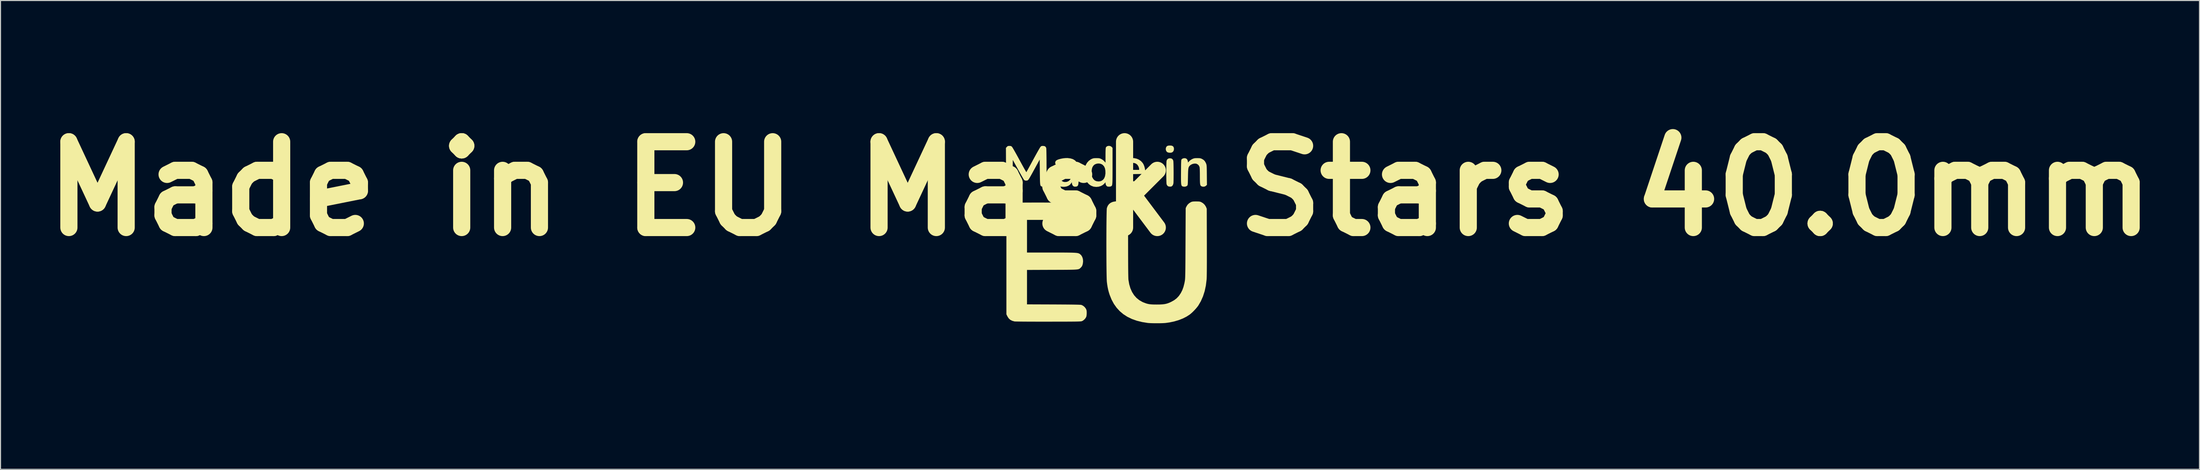
<source format=kicad_pcb>
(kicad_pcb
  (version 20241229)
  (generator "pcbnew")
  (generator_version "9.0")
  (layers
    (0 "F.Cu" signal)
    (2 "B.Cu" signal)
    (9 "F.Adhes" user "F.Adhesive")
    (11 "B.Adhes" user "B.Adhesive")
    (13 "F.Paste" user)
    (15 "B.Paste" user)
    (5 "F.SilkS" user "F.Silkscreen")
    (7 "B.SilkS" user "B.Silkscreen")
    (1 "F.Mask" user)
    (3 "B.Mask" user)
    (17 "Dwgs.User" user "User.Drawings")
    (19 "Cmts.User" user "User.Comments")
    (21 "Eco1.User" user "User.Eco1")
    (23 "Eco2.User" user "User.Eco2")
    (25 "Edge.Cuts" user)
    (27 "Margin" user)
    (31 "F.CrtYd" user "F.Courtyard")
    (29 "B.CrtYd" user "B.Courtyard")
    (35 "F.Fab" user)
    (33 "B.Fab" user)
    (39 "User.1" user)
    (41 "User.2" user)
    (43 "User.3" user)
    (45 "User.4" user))
  (footprint "Made in EU Mask Stars 40.0mm"
    (layer "F.Cu")
    (at 104.177 19.871)
    (property "Reference" "Made in EU Mask Stars 40.0mm" (at 0 -4.5 180) (layer "F.SilkS") (effects (font (size 8.376 8.376) (thickness 1.672))))
    (attr board_only exclude_from_pos_files exclude_from_bom)
    (fp_poly (pts (xy 14.702 -11.377) (xy 14.703 -11.373) (xy 14.716 -11.335) (xy 14.744 -11.248) (xy 14.787 -11.116) (xy 14.841 -10.948) (xy 14.906 -10.748) (xy 14.978 -10.525) (xy 15.055 -10.284) (xy 15.064 -10.256) (xy 15.41 -9.185) (xy 16.594 -9.17) (xy 17.777 -9.155) (xy 16.823 -8.471) (xy 16.613 -8.321) (xy 16.419 -8.181) (xy 16.247 -8.055) (xy 16.1 -7.948) (xy 15.986 -7.863) (xy 15.908 -7.804) (xy 15.871 -7.774) (xy 15.869 -7.772) (xy 15.878 -7.741) (xy 15.904 -7.659) (xy 15.944 -7.534) (xy 15.996 -7.37) (xy 16.058 -7.175) (xy 16.13 -6.955) (xy 16.207 -6.715) (xy 16.222 -6.669) (xy 16.3 -6.427) (xy 16.372 -6.203) (xy 16.435 -6.003) (xy 16.489 -5.835) (xy 16.529 -5.703) (xy 16.556 -5.614) (xy 16.566 -5.574) (xy 16.566 -5.572) (xy 16.541 -5.587) (xy 16.474 -5.634) (xy 16.368 -5.708) (xy 16.231 -5.806) (xy 16.066 -5.924) (xy 15.879 -6.059) (xy 15.675 -6.208) (xy 15.623 -6.246) (xy 14.688 -6.928) (xy 13.797 -6.276) (xy 13.551 -6.096) (xy 13.348 -5.948) (xy 13.186 -5.83) (xy 13.059 -5.738) (xy 12.963 -5.671) (xy 12.894 -5.625) (xy 12.849 -5.597) (xy 12.822 -5.585) (xy 12.81 -5.585) (xy 12.808 -5.596) (xy 12.813 -5.614) (xy 12.814 -5.617) (xy 12.91 -5.909) (xy 13.004 -6.198) (xy 13.095 -6.48) (xy 13.181 -6.749) (xy 13.259 -6.999) (xy 13.329 -7.226) (xy 13.389 -7.422) (xy 13.436 -7.583) (xy 13.47 -7.703) (xy 13.488 -7.777) (xy 13.49 -7.799) (xy 13.462 -7.82) (xy 13.39 -7.871) (xy 13.28 -7.949) (xy 13.139 -8.051) (xy 12.971 -8.171) (xy 12.781 -8.307) (xy 12.575 -8.455) (xy 12.533 -8.485) (xy 11.6 -9.155) (xy 12.78 -9.163) (xy 13.96 -9.17) (xy 14.217 -9.967) (xy 14.321 -10.292) (xy 14.41 -10.565) (xy 14.483 -10.79) (xy 14.542 -10.971) (xy 14.589 -11.112) (xy 14.626 -11.219) (xy 14.653 -11.295) (xy 14.673 -11.344) (xy 14.687 -11.371) (xy 14.696 -11.381)) (stroke (width 0) (type solid)) (fill yes) (layer "F.Mask"))
    (fp_poly (pts (xy 0.038 14.091) (xy 0.066 14.179) (xy 0.108 14.31) (xy 0.162 14.479) (xy 0.226 14.678) (xy 0.298 14.902) (xy 0.375 15.144) (xy 0.388 15.184) (xy 0.735 16.27) (xy 1.907 16.285) (xy 3.078 16.3) (xy 2.201 16.929) (xy 1.997 17.076) (xy 1.806 17.214) (xy 1.634 17.338) (xy 1.487 17.445) (xy 1.371 17.529) (xy 1.292 17.587) (xy 1.257 17.614) (xy 1.189 17.67) (xy 1.534 18.742) (xy 1.612 18.984) (xy 1.684 19.209) (xy 1.749 19.411) (xy 1.804 19.583) (xy 1.848 19.718) (xy 1.878 19.81) (xy 1.892 19.853) (xy 1.892 19.855) (xy 1.893 19.88) (xy 1.869 19.867) (xy 1.827 19.836) (xy 1.746 19.776) (xy 1.631 19.692) (xy 1.49 19.589) (xy 1.328 19.472) (xy 1.153 19.344) (xy 0.971 19.212) (xy 0.788 19.079) (xy 0.612 18.951) (xy 0.448 18.832) (xy 0.303 18.727) (xy 0.183 18.641) (xy 0.096 18.578) (xy 0.048 18.544) (xy 0.04 18.539) (xy 0.011 18.552) (xy -0.059 18.596) (xy -0.165 18.667) (xy -0.301 18.759) (xy -0.46 18.869) (xy -0.636 18.991) (xy -0.822 19.123) (xy -1.013 19.259) (xy -1.203 19.395) (xy -1.384 19.526) (xy -1.551 19.648) (xy -1.697 19.757) (xy -1.817 19.848) (xy -1.844 19.869) (xy -1.875 19.887) (xy -1.871 19.859) (xy -1.871 19.858) (xy -1.858 19.819) (xy -1.829 19.731) (xy -1.787 19.602) (xy -1.735 19.441) (xy -1.675 19.255) (xy -1.61 19.052) (xy -1.541 18.84) (xy -1.473 18.627) (xy -1.407 18.421) (xy -1.346 18.23) (xy -1.292 18.062) (xy -1.248 17.925) (xy -1.217 17.827) (xy -1.203 17.783) (xy -1.165 17.658) (xy -2.12 16.971) (xy -3.074 16.285) (xy -1.896 16.285) (xy -0.718 16.285) (xy -0.505 15.623) (xy -0.433 15.397) (xy -0.355 15.155) (xy -0.278 14.915) (xy -0.208 14.694) (xy -0.148 14.509) (xy -0.141 14.486) (xy -0.09 14.333) (xy -0.045 14.205) (xy -0.008 14.111) (xy 0.017 14.06) (xy 0.026 14.054)) (stroke (width 0) (type solid)) (fill yes) (layer "F.Mask"))
    (fp_poly (pts (xy -8.219 -16.851) (xy -8.147 -16.625) (xy -8.072 -16.395) (xy -8.001 -16.174) (xy -7.937 -15.976) (xy -7.883 -15.812) (xy -7.856 -15.727) (xy -7.736 -15.363) (xy -6.555 -15.355) (xy -5.374 -15.348) (xy -6.222 -14.739) (xy -6.425 -14.593) (xy -6.617 -14.455) (xy -6.792 -14.33) (xy -6.942 -14.221) (xy -7.061 -14.134) (xy -7.144 -14.073) (xy -7.179 -14.047) (xy -7.287 -13.964) (xy -6.935 -12.871) (xy -6.857 -12.627) (xy -6.785 -12.403) (xy -6.722 -12.202) (xy -6.669 -12.033) (xy -6.629 -11.9) (xy -6.603 -11.81) (xy -6.592 -11.769) (xy -6.592 -11.767) (xy -6.618 -11.782) (xy -6.686 -11.828) (xy -6.791 -11.902) (xy -6.929 -12) (xy -7.093 -12.118) (xy -7.278 -12.252) (xy -7.48 -12.399) (xy -7.504 -12.416) (xy -7.708 -12.566) (xy -7.899 -12.704) (xy -8.069 -12.827) (xy -8.214 -12.931) (xy -8.328 -13.012) (xy -8.406 -13.066) (xy -8.442 -13.089) (xy -8.443 -13.09) (xy -8.474 -13.076) (xy -8.548 -13.031) (xy -8.659 -12.957) (xy -8.802 -12.86) (xy -8.971 -12.742) (xy -9.16 -12.607) (xy -9.364 -12.459) (xy -9.402 -12.432) (xy -9.607 -12.282) (xy -9.798 -12.144) (xy -9.968 -12.021) (xy -10.112 -11.918) (xy -10.225 -11.837) (xy -10.301 -11.784) (xy -10.336 -11.761) (xy -10.338 -11.76) (xy -10.332 -11.787) (xy -10.31 -11.865) (xy -10.273 -11.987) (xy -10.223 -12.148) (xy -10.163 -12.341) (xy -10.093 -12.56) (xy -10.017 -12.799) (xy -9.999 -12.854) (xy -9.921 -13.097) (xy -9.848 -13.323) (xy -9.784 -13.524) (xy -9.73 -13.694) (xy -9.687 -13.828) (xy -9.659 -13.919) (xy -9.647 -13.961) (xy -9.646 -13.963) (xy -9.67 -13.983) (xy -9.736 -14.034) (xy -9.841 -14.112) (xy -9.979 -14.213) (xy -10.144 -14.333) (xy -10.333 -14.469) (xy -10.538 -14.617) (xy -10.601 -14.663) (xy -11.557 -15.348) (xy -10.371 -15.356) (xy -9.185 -15.364) (xy -8.904 -16.249) (xy -8.83 -16.481) (xy -8.758 -16.706) (xy -8.691 -16.915) (xy -8.632 -17.099) (xy -8.584 -17.247) (xy -8.55 -17.351) (xy -8.543 -17.372) (xy -8.464 -17.61)) (stroke (width 0) (type solid)) (fill yes) (layer "F.Mask"))
    (fp_poly (pts (xy -8.446 11.836) (xy -8.417 11.909) (xy -8.375 12.028) (xy -8.321 12.186) (xy -8.257 12.376) (xy -8.185 12.594) (xy -8.107 12.833) (xy -8.084 12.907) (xy -7.728 14.022) (xy -6.548 14.03) (xy -5.369 14.038) (xy -6.316 14.718) (xy -6.525 14.869) (xy -6.719 15.009) (xy -6.89 15.135) (xy -7.036 15.242) (xy -7.15 15.328) (xy -7.227 15.388) (xy -7.263 15.417) (xy -7.264 15.42) (xy -7.256 15.452) (xy -7.23 15.534) (xy -7.191 15.661) (xy -7.139 15.825) (xy -7.077 16.02) (xy -7.007 16.241) (xy -6.931 16.48) (xy -6.921 16.509) (xy -6.844 16.749) (xy -6.774 16.972) (xy -6.712 17.171) (xy -6.66 17.339) (xy -6.621 17.471) (xy -6.595 17.559) (xy -6.586 17.597) (xy -6.586 17.598) (xy -6.612 17.591) (xy -6.675 17.554) (xy -6.765 17.494) (xy -6.848 17.434) (xy -6.941 17.365) (xy -7.073 17.269) (xy -7.234 17.151) (xy -7.414 17.019) (xy -7.604 16.879) (xy -7.775 16.754) (xy -8.449 16.261) (xy -9.264 16.856) (xy -9.463 17.002) (xy -9.653 17.14) (xy -9.826 17.266) (xy -9.975 17.375) (xy -10.095 17.461) (xy -10.177 17.521) (xy -10.208 17.542) (xy -10.282 17.593) (xy -10.318 17.611) (xy -10.326 17.599) (xy -10.316 17.562) (xy -10.302 17.518) (xy -10.273 17.424) (xy -10.229 17.287) (xy -10.174 17.115) (xy -10.109 16.913) (xy -10.038 16.689) (xy -9.968 16.471) (xy -9.893 16.235) (xy -9.825 16.016) (xy -9.765 15.821) (xy -9.717 15.657) (xy -9.681 15.53) (xy -9.659 15.447) (xy -9.655 15.414) (xy -9.681 15.389) (xy -9.751 15.333) (xy -9.858 15.251) (xy -9.998 15.146) (xy -10.166 15.023) (xy -10.355 14.885) (xy -10.56 14.737) (xy -10.6 14.707) (xy -11.532 14.038) (xy -10.352 14.03) (xy -9.172 14.022) (xy -9.115 13.836) (xy -9.056 13.648) (xy -8.99 13.44) (xy -8.92 13.218) (xy -8.847 12.991) (xy -8.774 12.764) (xy -8.704 12.546) (xy -8.638 12.343) (xy -8.579 12.163) (xy -8.529 12.013) (xy -8.491 11.9) (xy -8.467 11.831) (xy -8.459 11.813)) (stroke (width 0) (type solid)) (fill yes) (layer "F.Mask"))
    (fp_poly (pts (xy 8.486 11.816) (xy 8.497 11.846) (xy 8.516 11.898) (xy 8.543 11.977) (xy 8.579 12.087) (xy 8.627 12.232) (xy 8.686 12.416) (xy 8.76 12.644) (xy 8.848 12.919) (xy 8.953 13.245) (xy 8.975 13.315) (xy 9.202 14.022) (xy 10.38 14.03) (xy 11.557 14.038) (xy 10.626 14.707) (xy 10.419 14.857) (xy 10.226 14.996) (xy 10.053 15.12) (xy 9.907 15.225) (xy 9.791 15.308) (xy 9.712 15.365) (xy 9.675 15.391) (xy 9.673 15.393) (xy 9.677 15.424) (xy 9.697 15.505) (xy 9.732 15.63) (xy 9.781 15.793) (xy 9.84 15.989) (xy 9.91 16.209) (xy 9.986 16.45) (xy 10.005 16.507) (xy 10.083 16.751) (xy 10.155 16.976) (xy 10.219 17.177) (xy 10.272 17.347) (xy 10.313 17.481) (xy 10.34 17.572) (xy 10.351 17.613) (xy 10.351 17.615) (xy 10.326 17.6) (xy 10.258 17.554) (xy 10.152 17.479) (xy 10.014 17.381) (xy 9.849 17.262) (xy 9.663 17.127) (xy 9.459 16.979) (xy 9.408 16.943) (xy 8.475 16.261) (xy 8.324 16.373) (xy 8.125 16.519) (xy 7.918 16.671) (xy 7.708 16.824) (xy 7.5 16.975) (xy 7.301 17.12) (xy 7.116 17.254) (xy 6.951 17.373) (xy 6.81 17.474) (xy 6.7 17.552) (xy 6.626 17.604) (xy 6.594 17.625) (xy 6.593 17.625) (xy 6.587 17.607) (xy 6.589 17.603) (xy 6.601 17.571) (xy 6.628 17.49) (xy 6.668 17.368) (xy 6.719 17.212) (xy 6.778 17.03) (xy 6.843 16.828) (xy 6.912 16.616) (xy 6.982 16.4) (xy 7.05 16.187) (xy 7.114 15.986) (xy 7.173 15.804) (xy 7.222 15.648) (xy 7.26 15.527) (xy 7.285 15.446) (xy 7.294 15.415) (xy 7.294 15.415) (xy 7.271 15.396) (xy 7.204 15.346) (xy 7.1 15.268) (xy 6.962 15.168) (xy 6.797 15.047) (xy 6.609 14.911) (xy 6.404 14.763) (xy 6.344 14.721) (xy 5.394 14.038) (xy 6.574 14.023) (xy 7.754 14.008) (xy 8.11 12.899) (xy 8.189 12.655) (xy 8.262 12.43) (xy 8.328 12.231) (xy 8.385 12.063) (xy 8.43 11.932) (xy 8.461 11.844) (xy 8.478 11.805) (xy 8.479 11.804)) (stroke (width 0) (type solid)) (fill yes) (layer "F.Mask"))
    (fp_poly (pts (xy 0.031 -19.837) (xy 0.058 -19.753) (xy 0.099 -19.625) (xy 0.152 -19.459) (xy 0.215 -19.261) (xy 0.286 -19.039) (xy 0.363 -18.797) (xy 0.381 -18.742) (xy 0.733 -17.64) (xy 1.907 -17.625) (xy 3.081 -17.61) (xy 2.136 -16.931) (xy 1.928 -16.781) (xy 1.735 -16.642) (xy 1.563 -16.517) (xy 1.418 -16.411) (xy 1.305 -16.327) (xy 1.228 -16.269) (xy 1.192 -16.241) (xy 1.191 -16.239) (xy 1.2 -16.209) (xy 1.224 -16.131) (xy 1.262 -16.011) (xy 1.311 -15.856) (xy 1.369 -15.675) (xy 1.433 -15.476) (xy 1.501 -15.264) (xy 1.57 -15.049) (xy 1.638 -14.837) (xy 1.703 -14.636) (xy 1.762 -14.453) (xy 1.812 -14.297) (xy 1.852 -14.174) (xy 1.876 -14.104) (xy 1.885 -14.078) (xy 1.892 -14.058) (xy 1.893 -14.045) (xy 1.883 -14.043) (xy 1.858 -14.055) (xy 1.813 -14.083) (xy 1.744 -14.13) (xy 1.647 -14.2) (xy 1.517 -14.294) (xy 1.35 -14.416) (xy 1.141 -14.568) (xy 1.012 -14.662) (xy 0.814 -14.807) (xy 0.628 -14.943) (xy 0.46 -15.065) (xy 0.316 -15.17) (xy 0.203 -15.252) (xy 0.127 -15.306) (xy 0.1 -15.326) (xy 0.007 -15.391) (xy -0.793 -14.808) (xy -0.992 -14.663) (xy -1.182 -14.524) (xy -1.355 -14.397) (xy -1.506 -14.287) (xy -1.627 -14.199) (xy -1.71 -14.139) (xy -1.738 -14.118) (xy -1.817 -14.062) (xy -1.858 -14.038) (xy -1.87 -14.045) (xy -1.861 -14.081) (xy -1.86 -14.084) (xy -1.847 -14.127) (xy -1.818 -14.218) (xy -1.776 -14.349) (xy -1.723 -14.513) (xy -1.663 -14.701) (xy -1.597 -14.907) (xy -1.528 -15.121) (xy -1.459 -15.337) (xy -1.392 -15.545) (xy -1.33 -15.739) (xy -1.275 -15.91) (xy -1.23 -16.05) (xy -1.197 -16.152) (xy -1.179 -16.208) (xy -1.177 -16.215) (xy -1.198 -16.239) (xy -1.262 -16.294) (xy -1.365 -16.375) (xy -1.501 -16.479) (xy -1.664 -16.602) (xy -1.851 -16.74) (xy -2.056 -16.889) (xy -2.112 -16.929) (xy -3.059 -17.61) (xy -1.888 -17.618) (xy -0.718 -17.626) (xy -0.505 -18.288) (xy -0.433 -18.514) (xy -0.355 -18.756) (xy -0.278 -18.996) (xy -0.207 -19.217) (xy -0.148 -19.401) (xy -0.141 -19.424) (xy -0.09 -19.579) (xy -0.046 -19.709) (xy -0.011 -19.806) (xy 0.012 -19.862) (xy 0.02 -19.871)) (stroke (width 0) (type solid)) (fill yes) (layer "F.Mask"))
    (fp_poly (pts (xy 14.696 5.605) (xy 14.723 5.681) (xy 14.765 5.801) (xy 14.818 5.96) (xy 14.882 6.151) (xy 14.953 6.37) (xy 15.031 6.609) (xy 15.053 6.677) (xy 15.409 7.785) (xy 16.597 7.8) (xy 17.785 7.815) (xy 16.852 8.485) (xy 16.644 8.635) (xy 16.45 8.774) (xy 16.277 8.898) (xy 16.129 9.004) (xy 16.012 9.088) (xy 15.931 9.145) (xy 15.893 9.172) (xy 15.89 9.174) (xy 15.892 9.206) (xy 15.912 9.29) (xy 15.948 9.42) (xy 15.998 9.592) (xy 16.061 9.801) (xy 16.137 10.043) (xy 16.22 10.304) (xy 16.299 10.549) (xy 16.372 10.776) (xy 16.436 10.978) (xy 16.491 11.149) (xy 16.533 11.283) (xy 16.561 11.375) (xy 16.573 11.418) (xy 16.574 11.42) (xy 16.549 11.404) (xy 16.482 11.357) (xy 16.377 11.281) (xy 16.24 11.182) (xy 16.076 11.063) (xy 15.889 10.927) (xy 15.686 10.778) (xy 15.633 10.74) (xy 15.395 10.566) (xy 15.201 10.424) (xy 15.045 10.312) (xy 14.922 10.226) (xy 14.829 10.164) (xy 14.76 10.122) (xy 14.711 10.097) (xy 14.676 10.086) (xy 14.652 10.086) (xy 14.636 10.093) (xy 14.598 10.119) (xy 14.518 10.177) (xy 14.402 10.26) (xy 14.255 10.367) (xy 14.083 10.491) (xy 13.893 10.63) (xy 13.701 10.77) (xy 13.501 10.916) (xy 13.317 11.049) (xy 13.153 11.167) (xy 13.016 11.264) (xy 12.911 11.337) (xy 12.842 11.383) (xy 12.817 11.398) (xy 12.823 11.368) (xy 12.846 11.288) (xy 12.884 11.163) (xy 12.934 11.001) (xy 12.995 10.807) (xy 13.065 10.587) (xy 13.143 10.348) (xy 13.158 10.3) (xy 13.236 10.058) (xy 13.308 9.833) (xy 13.371 9.633) (xy 13.423 9.463) (xy 13.464 9.33) (xy 13.49 9.239) (xy 13.499 9.198) (xy 13.499 9.196) (xy 13.472 9.173) (xy 13.406 9.122) (xy 13.309 9.05) (xy 13.19 8.964) (xy 13.138 8.926) (xy 13.008 8.833) (xy 12.843 8.714) (xy 12.655 8.578) (xy 12.457 8.436) (xy 12.262 8.295) (xy 12.192 8.244) (xy 11.596 7.815) (xy 12.783 7.8) (xy 13.97 7.785) (xy 14.321 6.689) (xy 14.399 6.446) (xy 14.472 6.22) (xy 14.537 6.019) (xy 14.593 5.848) (xy 14.637 5.715) (xy 14.668 5.624) (xy 14.683 5.583) (xy 14.684 5.581)) (stroke (width 0) (type solid)) (fill yes) (layer "F.Mask"))
    (fp_poly (pts (xy -14.652 5.597) (xy -14.639 5.635) (xy -14.611 5.723) (xy -14.568 5.854) (xy -14.513 6.023) (xy -14.449 6.222) (xy -14.377 6.445) (xy -14.3 6.686) (xy -14.291 6.714) (xy -13.946 7.785) (xy -12.757 7.8) (xy -11.568 7.815) (xy -12.52 8.498) (xy -12.73 8.648) (xy -12.924 8.787) (xy -13.097 8.911) (xy -13.245 9.017) (xy -13.361 9.1) (xy -13.441 9.157) (xy -13.479 9.185) (xy -13.481 9.186) (xy -13.474 9.215) (xy -13.451 9.295) (xy -13.413 9.418) (xy -13.363 9.58) (xy -13.301 9.775) (xy -13.231 9.995) (xy -13.154 10.236) (xy -13.132 10.304) (xy -13.054 10.549) (xy -12.981 10.775) (xy -12.917 10.977) (xy -12.863 11.148) (xy -12.821 11.283) (xy -12.793 11.374) (xy -12.781 11.417) (xy -12.781 11.419) (xy -12.805 11.403) (xy -12.872 11.356) (xy -12.977 11.281) (xy -13.114 11.181) (xy -13.277 11.062) (xy -13.463 10.927) (xy -13.664 10.779) (xy -13.695 10.756) (xy -13.9 10.605) (xy -14.091 10.466) (xy -14.262 10.341) (xy -14.408 10.236) (xy -14.523 10.153) (xy -14.601 10.098) (xy -14.638 10.073) (xy -14.64 10.073) (xy -14.671 10.086) (xy -14.745 10.132) (xy -14.856 10.205) (xy -14.998 10.303) (xy -15.167 10.421) (xy -15.357 10.557) (xy -15.562 10.705) (xy -15.615 10.743) (xy -15.822 10.895) (xy -16.013 11.034) (xy -16.183 11.157) (xy -16.327 11.261) (xy -16.44 11.342) (xy -16.517 11.396) (xy -16.552 11.42) (xy -16.553 11.421) (xy -16.544 11.391) (xy -16.519 11.311) (xy -16.48 11.187) (xy -16.428 11.025) (xy -16.365 10.83) (xy -16.294 10.61) (xy -16.217 10.37) (xy -16.199 10.313) (xy -16.12 10.069) (xy -16.049 9.843) (xy -15.986 9.64) (xy -15.933 9.468) (xy -15.893 9.333) (xy -15.867 9.24) (xy -15.857 9.196) (xy -15.857 9.194) (xy -15.884 9.172) (xy -15.953 9.12) (xy -16.06 9.041) (xy -16.2 8.938) (xy -16.367 8.817) (xy -16.556 8.68) (xy -16.762 8.532) (xy -16.815 8.494) (xy -17.759 7.815) (xy -16.57 7.8) (xy -15.38 7.785) (xy -15.147 7.056) (xy -15.075 6.831) (xy -15.002 6.6) (xy -14.93 6.377) (xy -14.866 6.175) (xy -14.813 6.009) (xy -14.791 5.94) (xy -14.746 5.803) (xy -14.706 5.694) (xy -14.674 5.622) (xy -14.655 5.595)) (stroke (width 0) (type solid)) (fill yes) (layer "F.Mask"))
    (fp_poly (pts (xy 8.524 -17.527) (xy 8.553 -17.44) (xy 8.596 -17.308) (xy 8.65 -17.14) (xy 8.714 -16.941) (xy 8.786 -16.718) (xy 8.864 -16.477) (xy 8.873 -16.449) (xy 9.217 -15.377) (xy 10.404 -15.362) (xy 11.591 -15.348) (xy 10.641 -14.665) (xy 10.432 -14.515) (xy 10.238 -14.376) (xy 10.065 -14.252) (xy 9.918 -14.146) (xy 9.802 -14.063) (xy 9.722 -14.006) (xy 9.685 -13.979) (xy 9.682 -13.977) (xy 9.689 -13.948) (xy 9.713 -13.869) (xy 9.751 -13.746) (xy 9.801 -13.584) (xy 9.863 -13.39) (xy 9.933 -13.17) (xy 10.01 -12.93) (xy 10.028 -12.873) (xy 10.107 -12.629) (xy 10.178 -12.404) (xy 10.242 -12.203) (xy 10.295 -12.033) (xy 10.336 -11.899) (xy 10.363 -11.808) (xy 10.374 -11.766) (xy 10.374 -11.764) (xy 10.348 -11.779) (xy 10.281 -11.825) (xy 10.175 -11.899) (xy 10.038 -11.997) (xy 9.874 -12.115) (xy 9.688 -12.25) (xy 9.486 -12.397) (xy 9.455 -12.419) (xy 9.25 -12.569) (xy 9.058 -12.707) (xy 8.886 -12.829) (xy 8.739 -12.932) (xy 8.622 -13.011) (xy 8.542 -13.063) (xy 8.503 -13.085) (xy 8.502 -13.085) (xy 8.468 -13.068) (xy 8.393 -13.019) (xy 8.28 -12.943) (xy 8.137 -12.843) (xy 7.967 -12.723) (xy 7.778 -12.588) (xy 7.574 -12.44) (xy 7.55 -12.422) (xy 7.346 -12.274) (xy 7.157 -12.137) (xy 6.989 -12.015) (xy 6.846 -11.913) (xy 6.735 -11.834) (xy 6.661 -11.781) (xy 6.628 -11.76) (xy 6.628 -11.76) (xy 6.625 -11.784) (xy 6.64 -11.842) (xy 6.68 -11.965) (xy 6.732 -12.122) (xy 6.791 -12.306) (xy 6.856 -12.508) (xy 6.924 -12.722) (xy 6.994 -12.941) (xy 7.063 -13.157) (xy 7.127 -13.362) (xy 7.186 -13.55) (xy 7.237 -13.712) (xy 7.277 -13.842) (xy 7.305 -13.932) (xy 7.317 -13.975) (xy 7.317 -13.977) (xy 7.292 -13.995) (xy 7.224 -14.044) (xy 7.118 -14.121) (xy 6.979 -14.22) (xy 6.813 -14.34) (xy 6.624 -14.476) (xy 6.419 -14.623) (xy 6.36 -14.665) (xy 5.412 -15.348) (xy 6.597 -15.362) (xy 7.782 -15.377) (xy 7.992 -16.032) (xy 8.064 -16.256) (xy 8.14 -16.495) (xy 8.216 -16.732) (xy 8.285 -16.948) (xy 8.343 -17.128) (xy 8.349 -17.148) (xy 8.399 -17.299) (xy 8.443 -17.423) (xy 8.479 -17.514) (xy 8.504 -17.561) (xy 8.512 -17.565)) (stroke (width 0) (type solid)) (fill yes) (layer "F.Mask"))
    (fp_poly (pts (xy -14.647 -11.333) (xy -14.619 -11.252) (xy -14.577 -11.127) (xy -14.523 -10.963) (xy -14.46 -10.768) (xy -14.388 -10.547) (xy -14.311 -10.307) (xy -14.293 -10.252) (xy -13.942 -9.155) (xy -12.763 -9.14) (xy -11.584 -9.125) (xy -12.536 -8.442) (xy -12.778 -8.267) (xy -12.977 -8.123) (xy -13.135 -8.007) (xy -13.256 -7.915) (xy -13.346 -7.844) (xy -13.408 -7.791) (xy -13.447 -7.751) (xy -13.465 -7.723) (xy -13.469 -7.702) (xy -13.468 -7.698) (xy -13.453 -7.651) (xy -13.424 -7.557) (xy -13.381 -7.424) (xy -13.328 -7.259) (xy -13.267 -7.07) (xy -13.202 -6.864) (xy -13.133 -6.651) (xy -13.064 -6.437) (xy -12.998 -6.23) (xy -12.936 -6.039) (xy -12.882 -5.87) (xy -12.838 -5.732) (xy -12.806 -5.632) (xy -12.788 -5.579) (xy -12.786 -5.573) (xy -12.79 -5.549) (xy -12.81 -5.556) (xy -12.839 -5.577) (xy -12.91 -5.628) (xy -13.016 -5.704) (xy -13.151 -5.801) (xy -13.307 -5.914) (xy -13.479 -6.039) (xy -13.66 -6.17) (xy -13.843 -6.302) (xy -14.021 -6.432) (xy -14.189 -6.554) (xy -14.339 -6.664) (xy -14.466 -6.756) (xy -14.562 -6.826) (xy -14.621 -6.87) (xy -14.633 -6.879) (xy -14.663 -6.867) (xy -14.736 -6.823) (xy -14.847 -6.751) (xy -14.992 -6.652) (xy -15.164 -6.532) (xy -15.36 -6.393) (xy -15.574 -6.238) (xy -15.599 -6.22) (xy -15.806 -6.069) (xy -15.998 -5.93) (xy -16.17 -5.806) (xy -16.315 -5.701) (xy -16.43 -5.619) (xy -16.508 -5.563) (xy -16.545 -5.539) (xy -16.547 -5.538) (xy -16.549 -5.56) (xy -16.542 -5.583) (xy -16.529 -5.621) (xy -16.5 -5.709) (xy -16.458 -5.841) (xy -16.403 -6.009) (xy -16.339 -6.207) (xy -16.268 -6.428) (xy -16.192 -6.662) (xy -16.116 -6.9) (xy -16.045 -7.119) (xy -15.982 -7.315) (xy -15.929 -7.48) (xy -15.887 -7.608) (xy -15.86 -7.692) (xy -15.849 -7.726) (xy -15.87 -7.75) (xy -15.934 -7.804) (xy -16.037 -7.884) (xy -16.173 -7.988) (xy -16.337 -8.11) (xy -16.524 -8.248) (xy -16.729 -8.397) (xy -16.791 -8.441) (xy -17.744 -9.125) (xy -16.565 -9.14) (xy -15.386 -9.155) (xy -15.242 -9.601) (xy -15.189 -9.769) (xy -15.122 -9.977) (xy -15.048 -10.207) (xy -14.972 -10.445) (xy -14.899 -10.672) (xy -14.886 -10.713) (xy -14.825 -10.9) (xy -14.77 -11.065) (xy -14.723 -11.201) (xy -14.687 -11.3) (xy -14.665 -11.355) (xy -14.659 -11.364)) (stroke (width 0) (type solid)) (fill yes) (layer "F.Mask"))
    (fp_poly (pts (xy -16.932 -2.87) (xy -16.903 -2.796) (xy -16.861 -2.678) (xy -16.806 -2.52) (xy -16.742 -2.329) (xy -16.671 -2.111) (xy -16.593 -1.872) (xy -16.57 -1.799) (xy -16.215 -0.685) (xy -15.043 -0.685) (xy -14.727 -0.684) (xy -14.457 -0.682) (xy -14.237 -0.679) (xy -14.069 -0.674) (xy -13.954 -0.668) (xy -13.896 -0.661) (xy -13.888 -0.656) (xy -13.915 -0.633) (xy -13.986 -0.579) (xy -14.094 -0.498) (xy -14.235 -0.395) (xy -14.402 -0.273) (xy -14.591 -0.136) (xy -14.796 0.011) (xy -14.828 0.034) (xy -15.034 0.183) (xy -15.224 0.321) (xy -15.393 0.446) (xy -15.535 0.552) (xy -15.645 0.636) (xy -15.718 0.694) (xy -15.749 0.722) (xy -15.749 0.724) (xy -15.741 0.758) (xy -15.715 0.842) (xy -15.676 0.969) (xy -15.624 1.135) (xy -15.562 1.331) (xy -15.491 1.552) (xy -15.414 1.792) (xy -15.405 1.822) (xy -15.328 2.063) (xy -15.257 2.285) (xy -15.195 2.483) (xy -15.144 2.65) (xy -15.105 2.78) (xy -15.08 2.867) (xy -15.071 2.904) (xy -15.072 2.905) (xy -15.097 2.89) (xy -15.166 2.845) (xy -15.272 2.771) (xy -15.41 2.673) (xy -15.575 2.555) (xy -15.761 2.42) (xy -15.964 2.273) (xy -16.001 2.246) (xy -16.229 2.08) (xy -16.434 1.934) (xy -16.612 1.81) (xy -16.757 1.711) (xy -16.867 1.639) (xy -16.937 1.599) (xy -16.961 1.591) (xy -16.994 1.612) (xy -17.069 1.664) (xy -17.181 1.743) (xy -17.324 1.845) (xy -17.492 1.966) (xy -17.68 2.102) (xy -17.872 2.242) (xy -18.11 2.415) (xy -18.304 2.557) (xy -18.459 2.669) (xy -18.578 2.756) (xy -18.668 2.82) (xy -18.732 2.864) (xy -18.774 2.892) (xy -18.799 2.907) (xy -18.811 2.911) (xy -18.816 2.908) (xy -18.816 2.903) (xy -18.807 2.871) (xy -18.782 2.789) (xy -18.742 2.663) (xy -18.69 2.5) (xy -18.628 2.305) (xy -18.558 2.086) (xy -18.481 1.847) (xy -18.474 1.825) (xy -18.396 1.585) (xy -18.325 1.362) (xy -18.262 1.162) (xy -18.209 0.993) (xy -18.168 0.86) (xy -18.142 0.771) (xy -18.131 0.731) (xy -18.131 0.73) (xy -18.155 0.705) (xy -18.221 0.65) (xy -18.326 0.568) (xy -18.463 0.463) (xy -18.628 0.341) (xy -18.816 0.203) (xy -19.02 0.056) (xy -19.055 0.03) (xy -19.262 -0.119) (xy -19.453 -0.257) (xy -19.624 -0.382) (xy -19.769 -0.488) (xy -19.882 -0.572) (xy -19.959 -0.63) (xy -19.993 -0.658) (xy -19.994 -0.659) (xy -19.969 -0.665) (xy -19.891 -0.67) (xy -19.764 -0.675) (xy -19.597 -0.679) (xy -19.393 -0.682) (xy -19.16 -0.684) (xy -18.904 -0.685) (xy -18.834 -0.685) (xy -17.657 -0.685) (xy -17.6 -0.871) (xy -17.537 -1.073) (xy -17.468 -1.293) (xy -17.395 -1.522) (xy -17.32 -1.755) (xy -17.247 -1.985) (xy -17.176 -2.203) (xy -17.111 -2.403) (xy -17.053 -2.578) (xy -17.006 -2.721) (xy -16.97 -2.825) (xy -16.949 -2.883) (xy -16.945 -2.893)) (stroke (width 0) (type solid)) (fill yes) (layer "F.Mask"))
    (fp_poly (pts (xy 16.952 -2.89) (xy 16.981 -2.815) (xy 17.021 -2.701) (xy 17.07 -2.557) (xy 17.123 -2.391) (xy 17.124 -2.389) (xy 17.192 -2.177) (xy 17.27 -1.932) (xy 17.352 -1.675) (xy 17.43 -1.431) (xy 17.476 -1.288) (xy 17.66 -0.715) (xy 18.833 -0.715) (xy 19.091 -0.714) (xy 19.329 -0.712) (xy 19.541 -0.71) (xy 19.721 -0.707) (xy 19.862 -0.703) (xy 19.958 -0.698) (xy 20.003 -0.694) (xy 20.006 -0.692) (xy 19.982 -0.671) (xy 19.915 -0.618) (xy 19.81 -0.539) (xy 19.672 -0.437) (xy 19.507 -0.316) (xy 19.319 -0.181) (xy 19.114 -0.033) (xy 19.068 -0.000432) (xy 18.86 0.149) (xy 18.668 0.289) (xy 18.497 0.415) (xy 18.353 0.523) (xy 18.241 0.61) (xy 18.165 0.671) (xy 18.132 0.703) (xy 18.131 0.705) (xy 18.14 0.741) (xy 18.165 0.827) (xy 18.205 0.957) (xy 18.257 1.123) (xy 18.319 1.321) (xy 18.39 1.543) (xy 18.466 1.782) (xy 18.474 1.805) (xy 18.551 2.044) (xy 18.621 2.266) (xy 18.682 2.463) (xy 18.733 2.629) (xy 18.772 2.758) (xy 18.796 2.843) (xy 18.804 2.879) (xy 18.804 2.88) (xy 18.778 2.866) (xy 18.71 2.82) (xy 18.604 2.746) (xy 18.466 2.649) (xy 18.302 2.531) (xy 18.117 2.396) (xy 17.915 2.25) (xy 17.892 2.232) (xy 17.687 2.083) (xy 17.497 1.945) (xy 17.327 1.822) (xy 17.183 1.718) (xy 17.069 1.637) (xy 16.992 1.583) (xy 16.957 1.56) (xy 16.956 1.559) (xy 16.924 1.573) (xy 16.851 1.619) (xy 16.741 1.692) (xy 16.6 1.789) (xy 16.435 1.906) (xy 16.249 2.039) (xy 16.071 2.169) (xy 15.824 2.35) (xy 15.622 2.498) (xy 15.458 2.617) (xy 15.33 2.71) (xy 15.233 2.779) (xy 15.163 2.828) (xy 15.115 2.859) (xy 15.086 2.875) (xy 15.07 2.88) (xy 15.065 2.877) (xy 15.065 2.874) (xy 15.074 2.841) (xy 15.099 2.759) (xy 15.138 2.633) (xy 15.19 2.469) (xy 15.252 2.273) (xy 15.322 2.053) (xy 15.399 1.815) (xy 15.407 1.79) (xy 15.484 1.55) (xy 15.555 1.327) (xy 15.618 1.128) (xy 15.671 0.959) (xy 15.712 0.827) (xy 15.739 0.739) (xy 15.749 0.7) (xy 15.749 0.699) (xy 15.726 0.676) (xy 15.659 0.622) (xy 15.554 0.542) (xy 15.416 0.439) (xy 15.25 0.317) (xy 15.063 0.18) (xy 14.858 0.033) (xy 14.812 0) (xy 14.604 -0.149) (xy 14.412 -0.288) (xy 14.242 -0.412) (xy 14.097 -0.518) (xy 13.985 -0.602) (xy 13.909 -0.66) (xy 13.876 -0.688) (xy 13.875 -0.69) (xy 13.903 -0.694) (xy 13.985 -0.696) (xy 14.113 -0.698) (xy 14.282 -0.699) (xy 14.485 -0.698) (xy 14.715 -0.696) (xy 14.967 -0.693) (xy 15.031 -0.693) (xy 15.324 -0.688) (xy 15.564 -0.685) (xy 15.755 -0.684) (xy 15.903 -0.684) (xy 16.014 -0.685) (xy 16.094 -0.689) (xy 16.148 -0.694) (xy 16.183 -0.702) (xy 16.203 -0.713) (xy 16.214 -0.726) (xy 16.217 -0.732) (xy 16.232 -0.773) (xy 16.263 -0.863) (xy 16.307 -0.998) (xy 16.363 -1.168) (xy 16.428 -1.369) (xy 16.5 -1.594) (xy 16.577 -1.835) (xy 16.583 -1.853) (xy 16.66 -2.093) (xy 16.731 -2.314) (xy 16.795 -2.509) (xy 16.85 -2.674) (xy 16.893 -2.801) (xy 16.923 -2.884) (xy 16.938 -2.917) (xy 16.938 -2.917)) (stroke (width 0) (type solid)) (fill yes) (layer "F.Mask"))
    (fp_poly (pts (xy 6.944 -8.713) (xy 7.072 -8.673) (xy 7.157 -8.596) (xy 7.201 -8.478) (xy 7.21 -8.374) (xy 7.185 -8.227) (xy 7.111 -8.111) (xy 7.023 -8.046) (xy 6.923 -8.018) (xy 6.794 -8.012) (xy 6.664 -8.029) (xy 6.586 -8.054) (xy 6.495 -8.123) (xy 6.435 -8.228) (xy 6.409 -8.351) (xy 6.42 -8.478) (xy 6.469 -8.59) (xy 6.507 -8.636) (xy 6.569 -8.68) (xy 6.652 -8.705) (xy 6.769 -8.718)) (stroke (width 0) (type solid)) (fill yes) (layer "F.SilkS"))
    (fp_poly (pts (xy 6.962 -7.451) (xy 7.064 -7.386) (xy 7.128 -7.274) (xy 7.147 -7.204) (xy 7.153 -7.14) (xy 7.159 -7.025) (xy 7.164 -6.869) (xy 7.168 -6.681) (xy 7.171 -6.469) (xy 7.173 -6.243) (xy 7.174 -6.012) (xy 7.173 -5.784) (xy 7.172 -5.569) (xy 7.17 -5.376) (xy 7.166 -5.214) (xy 7.162 -5.091) (xy 7.156 -5.019) (xy 7.11 -4.87) (xy 7.055 -4.792) (xy 6.993 -4.736) (xy 6.926 -4.711) (xy 6.829 -4.704) (xy 6.825 -4.704) (xy 6.695 -4.718) (xy 6.602 -4.763) (xy 6.6 -4.765) (xy 6.539 -4.836) (xy 6.494 -4.927) (xy 6.492 -4.936) (xy 6.483 -4.997) (xy 6.476 -5.108) (xy 6.471 -5.262) (xy 6.466 -5.449) (xy 6.463 -5.66) (xy 6.461 -5.888) (xy 6.461 -6.124) (xy 6.462 -6.358) (xy 6.464 -6.582) (xy 6.467 -6.787) (xy 6.472 -6.965) (xy 6.478 -7.107) (xy 6.486 -7.204) (xy 6.492 -7.241) (xy 6.551 -7.363) (xy 6.649 -7.44) (xy 6.786 -7.472) (xy 6.82 -7.473)) (stroke (width 0) (type solid)) (fill yes) (layer "F.SilkS"))
    (fp_poly (pts (xy 3.322 -7.488) (xy 3.566 -7.436) (xy 3.791 -7.34) (xy 3.989 -7.202) (xy 4.152 -7.025) (xy 4.241 -6.881) (xy 4.318 -6.692) (xy 4.374 -6.478) (xy 4.403 -6.269) (xy 4.406 -6.205) (xy 4.406 -6.134) (xy 4.401 -6.078) (xy 4.385 -6.033) (xy 4.354 -5.999) (xy 4.3 -5.975) (xy 4.218 -5.957) (xy 4.102 -5.946) (xy 3.947 -5.939) (xy 3.746 -5.935) (xy 3.493 -5.932) (xy 3.376 -5.931) (xy 3.114 -5.929) (xy 2.907 -5.926) (xy 2.747 -5.923) (xy 2.631 -5.916) (xy 2.551 -5.905) (xy 2.502 -5.887) (xy 2.479 -5.862) (xy 2.477 -5.828) (xy 2.488 -5.783) (xy 2.509 -5.726) (xy 2.519 -5.697) (xy 2.586 -5.541) (xy 2.676 -5.425) (xy 2.804 -5.33) (xy 2.839 -5.31) (xy 2.911 -5.272) (xy 2.975 -5.248) (xy 3.047 -5.234) (xy 3.142 -5.228) (xy 3.277 -5.226) (xy 3.32 -5.227) (xy 3.473 -5.229) (xy 3.585 -5.236) (xy 3.674 -5.252) (xy 3.759 -5.278) (xy 3.841 -5.312) (xy 3.993 -5.373) (xy 4.106 -5.406) (xy 4.189 -5.41) (xy 4.254 -5.386) (xy 4.3 -5.349) (xy 4.366 -5.253) (xy 4.377 -5.157) (xy 4.341 -5.064) (xy 4.263 -4.975) (xy 4.148 -4.893) (xy 4.003 -4.82) (xy 3.833 -4.76) (xy 3.644 -4.715) (xy 3.441 -4.687) (xy 3.231 -4.679) (xy 3.02 -4.693) (xy 2.87 -4.718) (xy 2.589 -4.806) (xy 2.349 -4.936) (xy 2.152 -5.108) (xy 1.998 -5.318) (xy 1.889 -5.565) (xy 1.827 -5.847) (xy 1.812 -6.088) (xy 1.831 -6.341) (xy 2.466 -6.341) (xy 3.139 -6.341) (xy 3.811 -6.341) (xy 3.811 -6.438) (xy 3.798 -6.521) (xy 3.765 -6.626) (xy 3.738 -6.689) (xy 3.637 -6.845) (xy 3.499 -6.953) (xy 3.329 -7.011) (xy 3.265 -7.02) (xy 3.052 -7.011) (xy 2.863 -6.949) (xy 2.704 -6.84) (xy 2.582 -6.687) (xy 2.5 -6.495) (xy 2.487 -6.438) (xy 2.466 -6.341) (xy 1.831 -6.341) (xy 1.836 -6.399) (xy 1.907 -6.673) (xy 2.024 -6.912) (xy 2.188 -7.114) (xy 2.398 -7.278) (xy 2.549 -7.36) (xy 2.806 -7.452) (xy 3.066 -7.494)) (stroke (width 0) (type solid)) (fill yes) (layer "F.SilkS"))
    (fp_poly (pts (xy 9.626 -7.486) (xy 9.73 -7.478) (xy 9.811 -7.462) (xy 9.889 -7.433) (xy 9.952 -7.403) (xy 10.099 -7.313) (xy 10.212 -7.198) (xy 10.304 -7.043) (xy 10.34 -6.961) (xy 10.358 -6.914) (xy 10.372 -6.866) (xy 10.384 -6.81) (xy 10.392 -6.738) (xy 10.399 -6.644) (xy 10.404 -6.519) (xy 10.408 -6.358) (xy 10.411 -6.154) (xy 10.414 -5.898) (xy 10.414 -5.842) (xy 10.424 -4.882) (xy 10.335 -4.793) (xy 10.227 -4.723) (xy 10.095 -4.696) (xy 9.959 -4.711) (xy 9.866 -4.753) (xy 9.829 -4.783) (xy 9.799 -4.823) (xy 9.776 -4.88) (xy 9.76 -4.96) (xy 9.748 -5.07) (xy 9.741 -5.217) (xy 9.737 -5.408) (xy 9.735 -5.65) (xy 9.735 -5.743) (xy 9.734 -5.992) (xy 9.73 -6.21) (xy 9.724 -6.39) (xy 9.716 -6.525) (xy 9.705 -6.61) (xy 9.702 -6.623) (xy 9.635 -6.765) (xy 9.527 -6.875) (xy 9.391 -6.942) (xy 9.342 -6.952) (xy 9.173 -6.953) (xy 9.001 -6.911) (xy 8.849 -6.834) (xy 8.785 -6.782) (xy 8.731 -6.727) (xy 8.688 -6.674) (xy 8.654 -6.616) (xy 8.629 -6.545) (xy 8.611 -6.455) (xy 8.598 -6.336) (xy 8.588 -6.182) (xy 8.582 -5.986) (xy 8.576 -5.74) (xy 8.575 -5.665) (xy 8.57 -5.424) (xy 8.566 -5.235) (xy 8.561 -5.091) (xy 8.555 -4.986) (xy 8.547 -4.912) (xy 8.537 -4.861) (xy 8.525 -4.828) (xy 8.509 -4.804) (xy 8.497 -4.792) (xy 8.397 -4.729) (xy 8.268 -4.699) (xy 8.135 -4.706) (xy 8.077 -4.719) (xy 8.029 -4.736) (xy 7.99 -4.761) (xy 7.958 -4.801) (xy 7.935 -4.86) (xy 7.917 -4.943) (xy 7.905 -5.055) (xy 7.898 -5.203) (xy 7.894 -5.391) (xy 7.893 -5.624) (xy 7.894 -5.908) (xy 7.896 -6.139) (xy 7.898 -6.435) (xy 7.901 -6.679) (xy 7.903 -6.874) (xy 7.907 -7.026) (xy 7.911 -7.143) (xy 7.917 -7.228) (xy 7.924 -7.288) (xy 7.933 -7.329) (xy 7.944 -7.357) (xy 7.958 -7.376) (xy 7.961 -7.38) (xy 8.057 -7.447) (xy 8.184 -7.481) (xy 8.299 -7.48) (xy 8.42 -7.435) (xy 8.507 -7.344) (xy 8.555 -7.21) (xy 8.557 -7.198) (xy 8.577 -7.061) (xy 8.695 -7.188) (xy 8.803 -7.283) (xy 8.938 -7.371) (xy 8.999 -7.401) (xy 9.094 -7.442) (xy 9.178 -7.467) (xy 9.269 -7.481) (xy 9.389 -7.486) (xy 9.482 -7.487)) (stroke (width 0) (type solid)) (fill yes) (layer "F.SilkS"))
    (fp_poly (pts (xy 0.988 -8.669) (xy 1.098 -8.613) (xy 1.139 -8.576) (xy 1.221 -8.484) (xy 1.221 -6.712) (xy 1.221 -6.329) (xy 1.22 -6.001) (xy 1.219 -5.724) (xy 1.217 -5.493) (xy 1.214 -5.304) (xy 1.209 -5.152) (xy 1.201 -5.032) (xy 1.192 -4.94) (xy 1.18 -4.872) (xy 1.164 -4.824) (xy 1.145 -4.789) (xy 1.123 -4.765) (xy 1.096 -4.747) (xy 1.069 -4.732) (xy 0.982 -4.707) (xy 0.868 -4.7) (xy 0.756 -4.711) (xy 0.685 -4.734) (xy 0.622 -4.794) (xy 0.57 -4.891) (xy 0.54 -5.002) (xy 0.536 -5.052) (xy 0.536 -5.134) (xy 0.443 -5.021) (xy 0.284 -4.873) (xy 0.088 -4.764) (xy -0.133 -4.697) (xy -0.368 -4.676) (xy -0.606 -4.702) (xy -0.657 -4.715) (xy -0.885 -4.806) (xy -1.085 -4.948) (xy -1.255 -5.134) (xy -1.389 -5.36) (xy -1.482 -5.621) (xy -1.487 -5.642) (xy -1.507 -5.769) (xy -1.519 -5.934) (xy -1.521 -6.088) (xy -0.818 -6.088) (xy -0.816 -5.933) (xy -0.809 -5.82) (xy -0.794 -5.733) (xy -0.769 -5.657) (xy -0.75 -5.612) (xy -0.645 -5.435) (xy -0.516 -5.312) (xy -0.357 -5.238) (xy -0.166 -5.212) (xy -0.149 -5.211) (xy -0.01 -5.224) (xy 0.115 -5.258) (xy 0.134 -5.266) (xy 0.29 -5.37) (xy 0.407 -5.519) (xy 0.486 -5.713) (xy 0.526 -5.953) (xy 0.53 -6) (xy 0.525 -6.271) (xy 0.48 -6.498) (xy 0.394 -6.682) (xy 0.267 -6.824) (xy 0.15 -6.9) (xy -0.015 -6.954) (xy -0.192 -6.964) (xy -0.366 -6.933) (xy -0.52 -6.864) (xy -0.616 -6.784) (xy -0.707 -6.663) (xy -0.768 -6.524) (xy -0.804 -6.353) (xy -0.818 -6.14) (xy -0.818 -6.088) (xy -1.521 -6.088) (xy -1.522 -6.117) (xy -1.516 -6.296) (xy -1.502 -6.452) (xy -1.486 -6.535) (xy -1.394 -6.804) (xy -1.262 -7.036) (xy -1.093 -7.225) (xy -0.89 -7.369) (xy -0.825 -7.402) (xy -0.731 -7.442) (xy -0.648 -7.467) (xy -0.557 -7.481) (xy -0.438 -7.486) (xy -0.342 -7.487) (xy -0.199 -7.485) (xy -0.097 -7.478) (xy -0.017 -7.461) (xy 0.06 -7.432) (xy 0.13 -7.399) (xy 0.246 -7.328) (xy 0.359 -7.239) (xy 0.42 -7.179) (xy 0.536 -7.048) (xy 0.536 -7.75) (xy 0.537 -8.019) (xy 0.542 -8.233) (xy 0.55 -8.391) (xy 0.561 -8.492) (xy 0.57 -8.527) (xy 0.639 -8.614) (xy 0.743 -8.668) (xy 0.865 -8.686)) (stroke (width 0) (type solid)) (fill yes) (layer "F.SilkS"))
    (fp_poly (pts (xy -3.141 -7.494) (xy -2.862 -7.457) (xy -2.628 -7.38) (xy -2.437 -7.264) (xy -2.287 -7.107) (xy -2.179 -6.908) (xy -2.173 -6.892) (xy -2.151 -6.834) (xy -2.135 -6.776) (xy -2.122 -6.71) (xy -2.112 -6.628) (xy -2.105 -6.521) (xy -2.1 -6.381) (xy -2.095 -6.199) (xy -2.091 -5.966) (xy -2.091 -5.946) (xy -2.086 -5.647) (xy -2.086 -5.403) (xy -2.09 -5.206) (xy -2.099 -5.052) (xy -2.115 -4.935) (xy -2.139 -4.849) (xy -2.171 -4.789) (xy -2.214 -4.749) (xy -2.267 -4.723) (xy -2.322 -4.708) (xy -2.47 -4.699) (xy -2.59 -4.741) (xy -2.678 -4.832) (xy -2.73 -4.969) (xy -2.738 -5.013) (xy -2.754 -5.136) (xy -2.82 -5.024) (xy -2.935 -4.886) (xy -3.093 -4.782) (xy -3.286 -4.714) (xy -3.506 -4.685) (xy -3.745 -4.698) (xy -3.785 -4.705) (xy -3.968 -4.754) (xy -4.132 -4.841) (xy -4.295 -4.975) (xy -4.307 -4.986) (xy -4.403 -5.09) (xy -4.465 -5.186) (xy -4.508 -5.3) (xy -4.511 -5.311) (xy -4.545 -5.524) (xy -4.541 -5.568) (xy -3.863 -5.568) (xy -3.851 -5.45) (xy -3.832 -5.401) (xy -3.735 -5.271) (xy -3.603 -5.189) (xy -3.443 -5.154) (xy -3.259 -5.169) (xy -3.207 -5.182) (xy -3.051 -5.255) (xy -2.921 -5.374) (xy -2.825 -5.529) (xy -2.772 -5.709) (xy -2.764 -5.777) (xy -2.754 -5.94) (xy -3.096 -5.93) (xy -3.349 -5.915) (xy -3.55 -5.886) (xy -3.697 -5.841) (xy -3.789 -5.783) (xy -3.793 -5.779) (xy -3.843 -5.686) (xy -3.863 -5.568) (xy -4.541 -5.568) (xy -4.526 -5.729) (xy -4.467 -5.892) (xy -4.41 -5.988) (xy -4.34 -6.06) (xy -4.241 -6.124) (xy -4.138 -6.175) (xy -4.016 -6.222) (xy -3.878 -6.26) (xy -3.714 -6.289) (xy -3.515 -6.311) (xy -3.27 -6.327) (xy -3.162 -6.332) (xy -2.736 -6.351) (xy -2.756 -6.517) (xy -2.788 -6.682) (xy -2.842 -6.802) (xy -2.925 -6.888) (xy -2.956 -6.91) (xy -3.052 -6.946) (xy -3.19 -6.963) (xy -3.355 -6.964) (xy -3.532 -6.949) (xy -3.707 -6.918) (xy -3.866 -6.873) (xy -3.881 -6.867) (xy -4.033 -6.814) (xy -4.144 -6.792) (xy -4.225 -6.8) (xy -4.288 -6.837) (xy -4.318 -6.87) (xy -4.366 -6.975) (xy -4.366 -7.091) (xy -4.321 -7.199) (xy -4.27 -7.254) (xy -4.159 -7.319) (xy -4.002 -7.378) (xy -3.814 -7.428) (xy -3.608 -7.466) (xy -3.398 -7.49) (xy -3.199 -7.496)) (stroke (width 0) (type solid)) (fill yes) (layer "F.SilkS"))
    (fp_poly (pts (xy -5.422 -8.664) (xy -5.327 -8.616) (xy -5.264 -8.528) (xy -5.24 -8.458) (xy -5.235 -8.41) (xy -5.23 -8.309) (xy -5.226 -8.162) (xy -5.222 -7.975) (xy -5.219 -7.755) (xy -5.216 -7.51) (xy -5.213 -7.245) (xy -5.212 -6.967) (xy -5.211 -6.683) (xy -5.21 -6.4) (xy -5.21 -6.124) (xy -5.211 -5.863) (xy -5.212 -5.622) (xy -5.214 -5.408) (xy -5.217 -5.229) (xy -5.221 -5.09) (xy -5.225 -4.999) (xy -5.228 -4.97) (xy -5.276 -4.837) (xy -5.362 -4.745) (xy -5.481 -4.699) (xy -5.624 -4.704) (xy -5.649 -4.71) (xy -5.696 -4.723) (xy -5.735 -4.739) (xy -5.767 -4.763) (xy -5.792 -4.8) (xy -5.812 -4.857) (xy -5.828 -4.937) (xy -5.839 -5.046) (xy -5.848 -5.19) (xy -5.854 -5.373) (xy -5.858 -5.602) (xy -5.862 -5.881) (xy -5.865 -6.121) (xy -5.88 -7.347) (xy -6.312 -6.556) (xy -6.467 -6.273) (xy -6.596 -6.036) (xy -6.703 -5.843) (xy -6.79 -5.689) (xy -6.86 -5.569) (xy -6.915 -5.478) (xy -6.959 -5.413) (xy -6.994 -5.368) (xy -7.024 -5.338) (xy -7.051 -5.321) (xy -7.078 -5.31) (xy -7.097 -5.304) (xy -7.238 -5.288) (xy -7.354 -5.325) (xy -7.408 -5.369) (xy -7.436 -5.41) (xy -7.488 -5.496) (xy -7.562 -5.622) (xy -7.653 -5.781) (xy -7.758 -5.966) (xy -7.874 -6.172) (xy -7.984 -6.371) (xy -8.5 -7.308) (xy -8.515 -6.103) (xy -8.519 -5.784) (xy -8.523 -5.52) (xy -8.528 -5.304) (xy -8.535 -5.132) (xy -8.545 -4.999) (xy -8.56 -4.898) (xy -8.58 -4.825) (xy -8.608 -4.775) (xy -8.643 -4.742) (xy -8.686 -4.72) (xy -8.74 -4.705) (xy -8.805 -4.691) (xy -8.813 -4.69) (xy -8.872 -4.691) (xy -8.949 -4.707) (xy -9.035 -4.746) (xy -9.098 -4.796) (xy -9.11 -4.811) (xy -9.12 -4.831) (xy -9.128 -4.861) (xy -9.135 -4.905) (xy -9.141 -4.968) (xy -9.146 -5.054) (xy -9.15 -5.168) (xy -9.153 -5.315) (xy -9.156 -5.499) (xy -9.158 -5.724) (xy -9.16 -5.995) (xy -9.161 -6.317) (xy -9.163 -6.671) (xy -9.171 -8.483) (xy -9.084 -8.581) (xy -9.026 -8.638) (xy -8.97 -8.667) (xy -8.892 -8.678) (xy -8.83 -8.679) (xy -8.728 -8.674) (xy -8.66 -8.655) (xy -8.603 -8.614) (xy -8.578 -8.589) (xy -8.546 -8.545) (xy -8.49 -8.454) (xy -8.412 -8.322) (xy -8.316 -8.154) (xy -8.205 -7.957) (xy -8.082 -7.736) (xy -7.951 -7.497) (xy -7.845 -7.3) (xy -7.712 -7.056) (xy -7.588 -6.829) (xy -7.475 -6.624) (xy -7.376 -6.448) (xy -7.294 -6.304) (xy -7.232 -6.198) (xy -7.193 -6.135) (xy -7.179 -6.119) (xy -7.161 -6.149) (xy -7.118 -6.225) (xy -7.053 -6.343) (xy -6.968 -6.497) (xy -6.867 -6.682) (xy -6.752 -6.893) (xy -6.627 -7.124) (xy -6.53 -7.304) (xy -6.396 -7.551) (xy -6.268 -7.784) (xy -6.149 -7.998) (xy -6.042 -8.188) (xy -5.951 -8.347) (xy -5.88 -8.469) (xy -5.83 -8.548) (xy -5.812 -8.574) (xy -5.755 -8.635) (xy -5.702 -8.666) (xy -5.629 -8.677) (xy -5.56 -8.679)) (stroke (width 0) (type solid)) (fill yes) (layer "F.SilkS"))
    (fp_poly (pts (xy 1.925 -3.257) (xy 2.042 -3.237) (xy 2.142 -3.206) (xy 2.214 -3.174) (xy 2.396 -3.057) (xy 2.536 -2.905) (xy 2.636 -2.714) (xy 2.698 -2.478) (xy 2.709 -2.406) (xy 2.713 -2.344) (xy 2.717 -2.226) (xy 2.721 -2.057) (xy 2.724 -1.838) (xy 2.727 -1.575) (xy 2.73 -1.271) (xy 2.733 -0.93) (xy 2.735 -0.555) (xy 2.736 -0.149) (xy 2.737 0.282) (xy 2.738 0.736) (xy 2.738 0.968) (xy 2.739 1.579) (xy 2.74 2.13) (xy 2.742 2.622) (xy 2.744 3.054) (xy 2.747 3.427) (xy 2.751 3.741) (xy 2.756 3.994) (xy 2.761 4.189) (xy 2.766 4.323) (xy 2.772 4.391) (xy 2.848 4.828) (xy 2.965 5.223) (xy 3.123 5.577) (xy 3.319 5.888) (xy 3.555 6.155) (xy 3.829 6.378) (xy 4.14 6.555) (xy 4.26 6.606) (xy 4.428 6.67) (xy 4.579 6.719) (xy 4.728 6.754) (xy 4.886 6.778) (xy 5.065 6.793) (xy 5.279 6.801) (xy 5.538 6.802) (xy 5.823 6.799) (xy 6.061 6.787) (xy 6.264 6.765) (xy 6.445 6.73) (xy 6.616 6.679) (xy 6.788 6.612) (xy 6.952 6.535) (xy 7.231 6.378) (xy 7.464 6.2) (xy 7.662 5.992) (xy 7.711 5.931) (xy 7.881 5.676) (xy 8.021 5.399) (xy 8.134 5.09) (xy 8.224 4.739) (xy 8.253 4.591) (xy 8.263 4.537) (xy 8.272 4.483) (xy 8.28 4.427) (xy 8.287 4.365) (xy 8.293 4.294) (xy 8.298 4.209) (xy 8.303 4.108) (xy 8.307 3.987) (xy 8.311 3.842) (xy 8.314 3.669) (xy 8.317 3.466) (xy 8.32 3.229) (xy 8.322 2.954) (xy 8.325 2.637) (xy 8.327 2.276) (xy 8.329 1.866) (xy 8.331 1.404) (xy 8.334 0.886) (xy 8.334 0.819) (xy 8.351 -2.605) (xy 8.422 -2.761) (xy 8.531 -2.935) (xy 8.685 -3.084) (xy 8.868 -3.196) (xy 8.939 -3.224) (xy 9.015 -3.243) (xy 9.109 -3.254) (xy 9.238 -3.259) (xy 9.363 -3.26) (xy 9.524 -3.258) (xy 9.64 -3.253) (xy 9.727 -3.241) (xy 9.8 -3.221) (xy 9.869 -3.192) (xy 10.051 -3.08) (xy 10.206 -2.929) (xy 10.319 -2.754) (xy 10.339 -2.71) (xy 10.405 -2.546) (xy 10.415 0.7) (xy 10.416 1.315) (xy 10.417 1.872) (xy 10.417 2.372) (xy 10.416 2.814) (xy 10.414 3.201) (xy 10.412 3.534) (xy 10.408 3.812) (xy 10.404 4.038) (xy 10.399 4.212) (xy 10.393 4.335) (xy 10.391 4.362) (xy 10.319 4.948) (xy 10.202 5.498) (xy 10.038 6.009) (xy 9.828 6.483) (xy 9.591 6.891) (xy 9.477 7.046) (xy 9.33 7.221) (xy 9.162 7.402) (xy 8.988 7.573) (xy 8.823 7.719) (xy 8.753 7.774) (xy 8.44 7.979) (xy 8.079 8.162) (xy 7.678 8.32) (xy 7.245 8.449) (xy 6.789 8.547) (xy 6.395 8.602) (xy 6.256 8.613) (xy 6.073 8.621) (xy 5.858 8.627) (xy 5.626 8.629) (xy 5.389 8.629) (xy 5.16 8.626) (xy 4.952 8.62) (xy 4.778 8.611) (xy 4.659 8.601) (xy 4.095 8.51) (xy 3.575 8.38) (xy 3.099 8.209) (xy 2.665 7.998) (xy 2.275 7.746) (xy 1.926 7.452) (xy 1.619 7.117) (xy 1.352 6.74) (xy 1.126 6.32) (xy 0.94 5.857) (xy 0.926 5.816) (xy 0.852 5.577) (xy 0.792 5.347) (xy 0.742 5.106) (xy 0.699 4.838) (xy 0.669 4.6) (xy 0.661 4.509) (xy 0.655 4.366) (xy 0.649 4.176) (xy 0.643 3.943) (xy 0.638 3.671) (xy 0.634 3.366) (xy 0.63 3.033) (xy 0.627 2.675) (xy 0.625 2.297) (xy 0.623 1.905) (xy 0.622 1.502) (xy 0.621 1.093) (xy 0.621 0.684) (xy 0.622 0.278) (xy 0.623 -0.119) (xy 0.625 -0.504) (xy 0.627 -0.871) (xy 0.63 -1.216) (xy 0.634 -1.533) (xy 0.638 -1.82) (xy 0.643 -2.07) (xy 0.648 -2.279) (xy 0.654 -2.443) (xy 0.661 -2.556) (xy 0.668 -2.615) (xy 0.668 -2.616) (xy 0.752 -2.83) (xy 0.878 -3.002) (xy 1.045 -3.132) (xy 1.254 -3.22) (xy 1.504 -3.265) (xy 1.769 -3.268)) (stroke (width 0) (type solid)) (fill yes) (layer "F.SilkS"))
    (fp_poly (pts (xy -5.524 -3.151) (xy -4.972 -3.149) (xy -4.474 -3.148) (xy -4.032 -3.147) (xy -3.642 -3.145) (xy -3.302 -3.144) (xy -3.007 -3.143) (xy -2.754 -3.141) (xy -2.539 -3.139) (xy -2.36 -3.136) (xy -2.212 -3.133) (xy -2.092 -3.13) (xy -1.996 -3.126) (xy -1.921 -3.121) (xy -1.864 -3.116) (xy -1.821 -3.109) (xy -1.788 -3.102) (xy -1.762 -3.094) (xy -1.739 -3.084) (xy -1.727 -3.079) (xy -1.561 -2.971) (xy -1.432 -2.824) (xy -1.342 -2.649) (xy -1.292 -2.453) (xy -1.284 -2.248) (xy -1.321 -2.043) (xy -1.404 -1.846) (xy -1.458 -1.762) (xy -1.572 -1.642) (xy -1.72 -1.557) (xy -1.91 -1.501) (xy -1.969 -1.49) (xy -2.037 -1.484) (xy -2.162 -1.479) (xy -2.342 -1.474) (xy -2.576 -1.47) (xy -2.861 -1.466) (xy -3.195 -1.463) (xy -3.575 -1.461) (xy -4 -1.46) (xy -4.468 -1.459) (xy -4.637 -1.459) (xy -7.116 -1.459) (xy -7.116 0.134) (xy -7.116 1.727) (xy -4.771 1.727) (xy -4.317 1.728) (xy -3.919 1.728) (xy -3.572 1.729) (xy -3.273 1.731) (xy -3.018 1.734) (xy -2.802 1.738) (xy -2.621 1.743) (xy -2.472 1.75) (xy -2.351 1.759) (xy -2.253 1.769) (xy -2.175 1.782) (xy -2.113 1.798) (xy -2.062 1.816) (xy -2.019 1.836) (xy -1.979 1.86) (xy -1.955 1.876) (xy -1.825 2) (xy -1.728 2.165) (xy -1.668 2.361) (xy -1.649 2.576) (xy -1.668 2.771) (xy -1.702 2.923) (xy -1.745 3.037) (xy -1.809 3.131) (xy -1.881 3.207) (xy -1.917 3.242) (xy -1.949 3.273) (xy -1.983 3.299) (xy -2.021 3.322) (xy -2.067 3.342) (xy -2.127 3.358) (xy -2.202 3.372) (xy -2.299 3.383) (xy -2.419 3.392) (xy -2.568 3.399) (xy -2.75 3.404) (xy -2.967 3.408) (xy -3.225 3.411) (xy -3.527 3.413) (xy -3.877 3.414) (xy -4.28 3.416) (xy -4.682 3.417) (xy -7.116 3.426) (xy -7.116 5.106) (xy -7.116 6.786) (xy -4.518 6.795) (xy -4.036 6.797) (xy -3.61 6.8) (xy -3.238 6.802) (xy -2.916 6.805) (xy -2.642 6.808) (xy -2.413 6.812) (xy -2.225 6.816) (xy -2.075 6.82) (xy -1.961 6.826) (xy -1.88 6.831) (xy -1.828 6.838) (xy -1.809 6.842) (xy -1.646 6.924) (xy -1.497 7.048) (xy -1.384 7.195) (xy -1.371 7.219) (xy -1.332 7.306) (xy -1.308 7.391) (xy -1.298 7.494) (xy -1.295 7.621) (xy -1.3 7.755) (xy -1.313 7.881) (xy -1.332 7.976) (xy -1.336 7.99) (xy -1.409 8.129) (xy -1.523 8.262) (xy -1.657 8.37) (xy -1.727 8.408) (xy -1.749 8.418) (xy -1.772 8.427) (xy -1.8 8.434) (xy -1.837 8.441) (xy -1.885 8.447) (xy -1.949 8.452) (xy -2.031 8.456) (xy -2.136 8.46) (xy -2.266 8.463) (xy -2.426 8.466) (xy -2.618 8.468) (xy -2.846 8.469) (xy -3.114 8.471) (xy -3.424 8.472) (xy -3.782 8.473) (xy -4.189 8.473) (xy -4.65 8.474) (xy -5.031 8.475) (xy -5.469 8.475) (xy -5.89 8.475) (xy -6.291 8.474) (xy -6.668 8.473) (xy -7.017 8.472) (xy -7.334 8.47) (xy -7.615 8.468) (xy -7.856 8.465) (xy -8.052 8.462) (xy -8.201 8.459) (xy -8.297 8.456) (xy -8.336 8.453) (xy -8.567 8.388) (xy -8.752 8.291) (xy -8.899 8.156) (xy -9.016 7.979) (xy -9.027 7.956) (xy -9.125 7.757) (xy -9.125 2.68) (xy -9.125 2.035) (xy -9.125 1.448) (xy -9.125 0.914) (xy -9.125 0.431) (xy -9.124 -0.002) (xy -9.124 -0.39) (xy -9.123 -0.734) (xy -9.122 -1.038) (xy -9.121 -1.304) (xy -9.119 -1.534) (xy -9.117 -1.733) (xy -9.115 -1.901) (xy -9.113 -2.043) (xy -9.11 -2.16) (xy -9.106 -2.255) (xy -9.102 -2.332) (xy -9.098 -2.392) (xy -9.093 -2.439) (xy -9.088 -2.475) (xy -9.082 -2.503) (xy -9.075 -2.526) (xy -9.068 -2.544) (xy -8.963 -2.738) (xy -8.811 -2.899) (xy -8.619 -3.023) (xy -8.393 -3.105) (xy -8.286 -3.126) (xy -8.216 -3.132) (xy -8.086 -3.137) (xy -7.897 -3.142) (xy -7.648 -3.145) (xy -7.341 -3.148) (xy -6.975 -3.15) (xy -6.55 -3.151) (xy -6.066 -3.151)) (stroke (width 0) (type solid)) (fill yes) (layer "F.SilkS")))
  (gr_rect
    (start -3 -3)
    (end 211.353 42.758)
    (stroke (width 0.1) (type default))
    (fill no)
    (layer "Edge.Cuts")))
</source>
